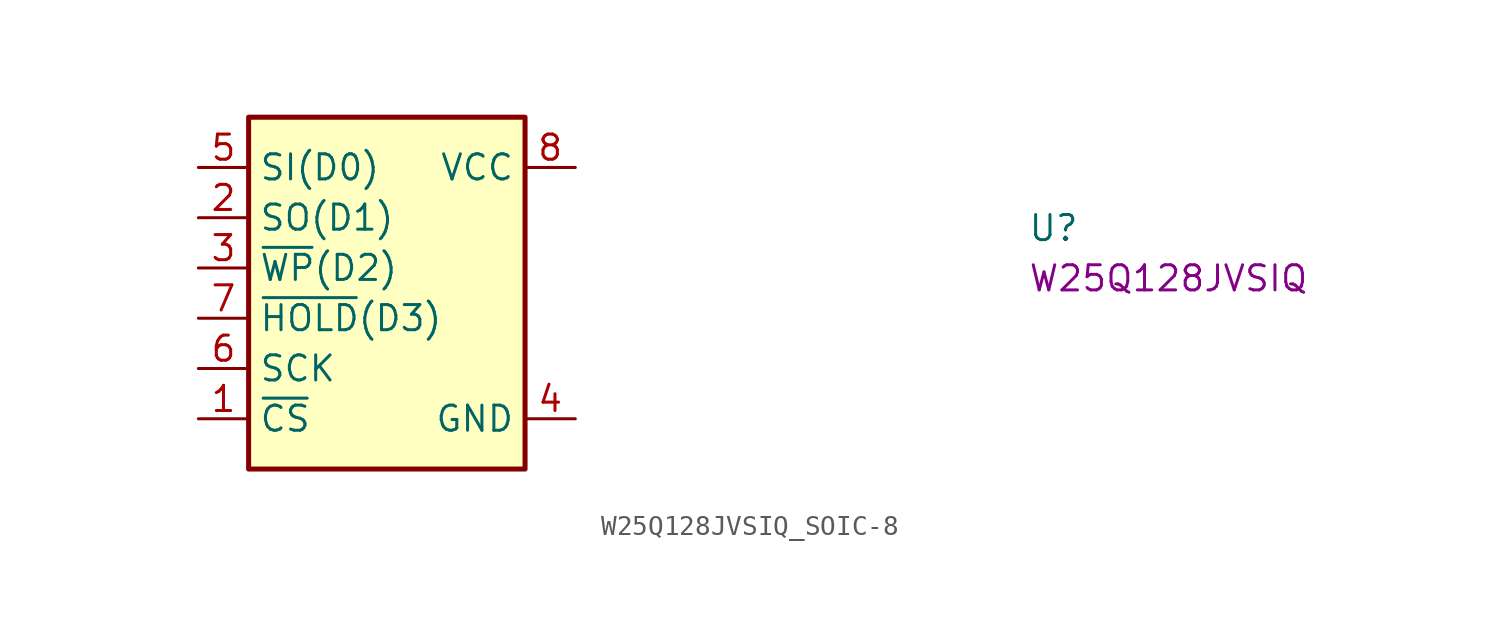
<source format=kicad_sym>
(kicad_symbol_lib
  (version 20220914)
  (generator kicad_symbol_editor)
  (symbol "W25Q128JVSIQ_SOIC-8"
    (property "Reference" "U"
      (at 41.91 -3.81 0)
      (effects (font (size 1.27 1.27) (thickness 0.15)) (justify left bottom)))
    (property "MPN" "W25Q128JVSIQ"
      (at 41.91 -6.35 0)
      (effects (font (size 1.27 1.27) (thickness 0.15)) (justify left bottom)))
    (symbol "W25Q128JVSIQ_SOIC-8_1_1"
      (rectangle (start 2.54 2.54) (end 16.51 -15.24) (stroke (width 0.254) (type default)) (fill (type background)))
      (pin input line (at 0 -12.7 0) (length 2.54) (name "~{CS}" (effects (font (size 1.27 1.27)))) (number "1" (effects (font (size 1.27 1.27)))))
      (pin bidirectional line (at 0 -2.54 0) (length 2.54) (name "SO(D1)" (effects (font (size 1.27 1.27)))) (number "2" (effects (font (size 1.27 1.27)))))
      (pin bidirectional line (at 0 -5.08 0) (length 2.54) (name "~{WP}(D2)" (effects (font (size 1.27 1.27)))) (number "3" (effects (font (size 1.27 1.27)))))
      (pin power_in line (at 19.05 -12.7 180) (length 2.54) (name "GND" (effects (font (size 1.27 1.27)))) (number "4" (effects (font (size 1.27 1.27)))))
      (pin bidirectional line (at 0 0 0) (length 2.54) (name "SI(D0)" (effects (font (size 1.27 1.27)))) (number "5" (effects (font (size 1.27 1.27)))))
      (pin input line (at 0 -10.16 0) (length 2.54) (name "SCK" (effects (font (size 1.27 1.27)))) (number "6" (effects (font (size 1.27 1.27)))))
      (pin bidirectional line (at 0 -7.62 0) (length 2.54) (name "~{HOLD}(D3)" (effects (font (size 1.27 1.27)))) (number "7" (effects (font (size 1.27 1.27)))))
      (pin power_in line (at 19.05 0 180) (length 2.54) (name "VCC" (effects (font (size 1.27 1.27)))) (number "8" (effects (font (size 1.27 1.27))))))))
</source>
